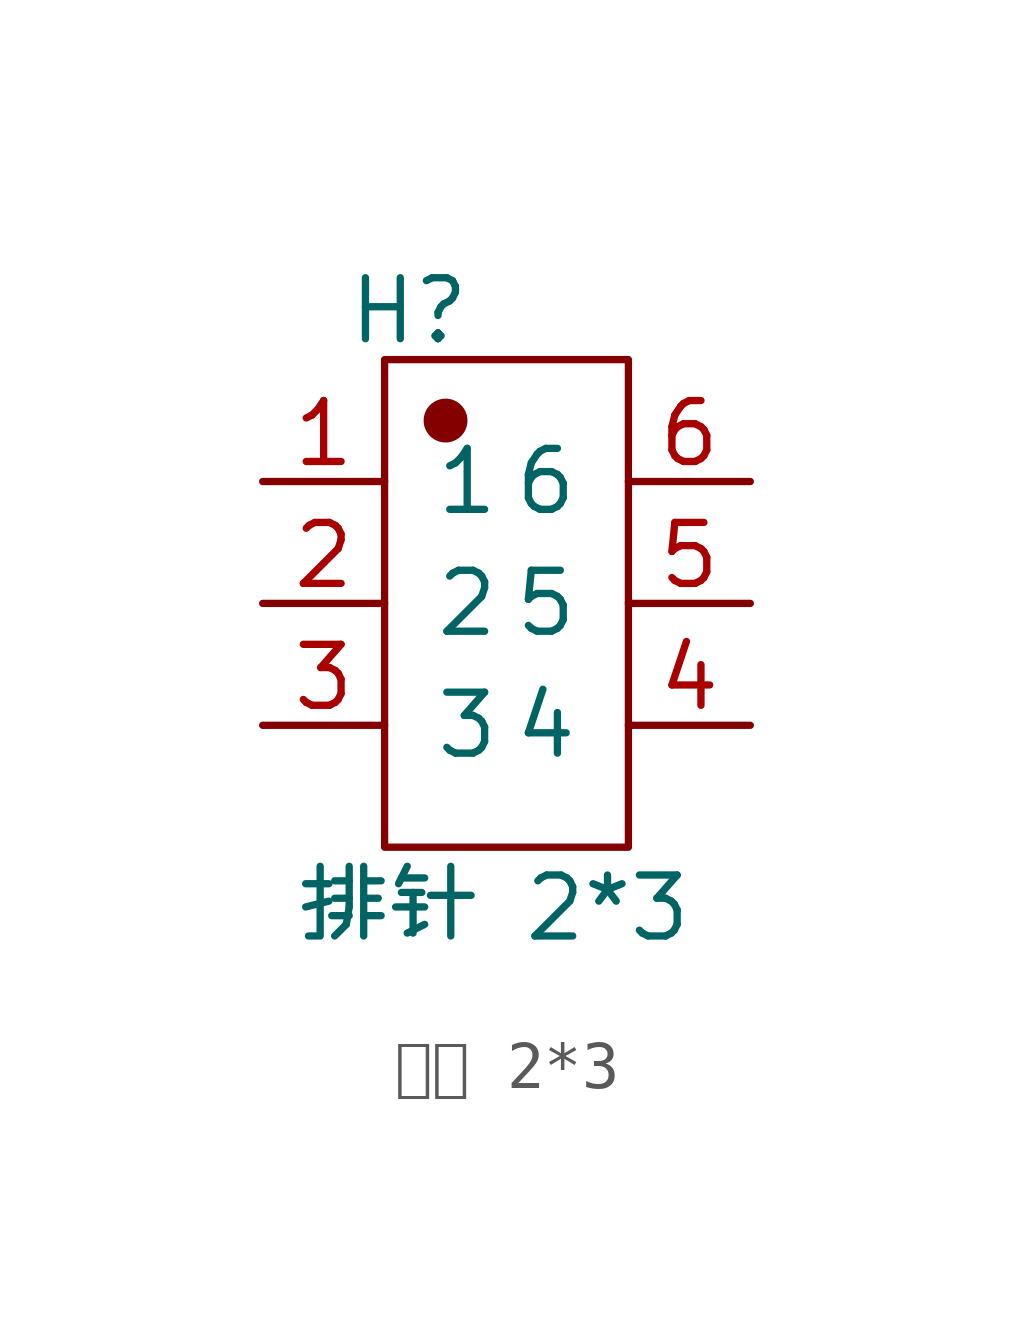
<source format=kicad_sym>
(kicad_symbol_lib
  (version 20231120)
  (generator "kicad_symbol_editor")
  (generator_version "8.0")
  (symbol "排针 2*3"
    (pin_names
      (offset 1.016))
    (property "Reference" "H"
      (at -2.032 6.096 0)
      (effects (font (size 1.27 1.27))))
    (property "Value" "排针 2*3"
      (at -0.254 -6.35 0)
      (effects (font (size 1.27 1.27))))
    (symbol "排针 2*3_1_1"
      (rectangle (start -2.54 5.08) (end 2.54 -5.08) (stroke (width 0.152) (type solid)) (fill (type none)))
      (circle (center -1.27 3.81) (radius 0.381) (stroke (width 0.152) (type solid)) (fill (type outline)))
      (pin input line (at -5.08 2.54 0) (length 2.54) (name "1" (effects (font (size 1.27 1.27)))) (number "1" (effects (font (size 1.27 1.27)))))
      (pin input line (at -5.08 0 0) (length 2.54) (name "2" (effects (font (size 1.27 1.27)))) (number "2" (effects (font (size 1.27 1.27)))))
      (pin input line (at -5.08 -2.54 0) (length 2.54) (name "3" (effects (font (size 1.27 1.27)))) (number "3" (effects (font (size 1.27 1.27)))))
      (pin input line (at 5.08 -2.54 180) (length 2.54) (name "4" (effects (font (size 1.27 1.27)))) (number "4" (effects (font (size 1.27 1.27)))))
      (pin input line (at 5.08 0 180) (length 2.54) (name "5" (effects (font (size 1.27 1.27)))) (number "5" (effects (font (size 1.27 1.27)))))
      (pin input line (at 5.08 2.54 180) (length 2.54) (name "6" (effects (font (size 1.27 1.27)))) (number "6" (effects (font (size 1.27 1.27))))))))
</source>
